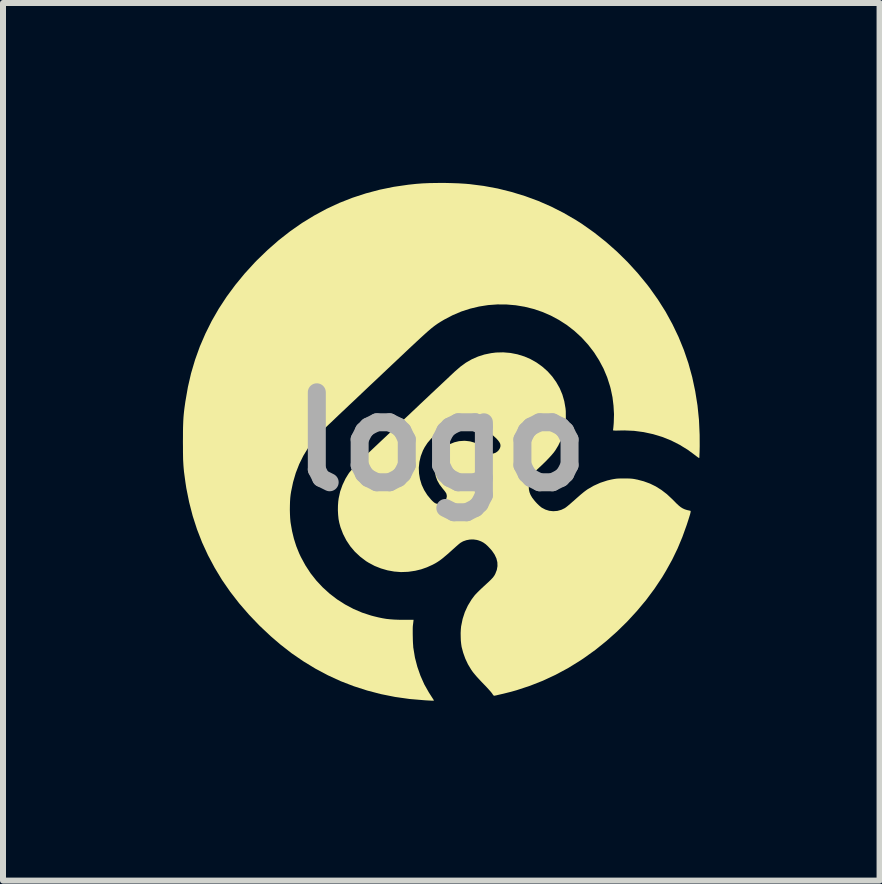
<source format=kicad_pcb>
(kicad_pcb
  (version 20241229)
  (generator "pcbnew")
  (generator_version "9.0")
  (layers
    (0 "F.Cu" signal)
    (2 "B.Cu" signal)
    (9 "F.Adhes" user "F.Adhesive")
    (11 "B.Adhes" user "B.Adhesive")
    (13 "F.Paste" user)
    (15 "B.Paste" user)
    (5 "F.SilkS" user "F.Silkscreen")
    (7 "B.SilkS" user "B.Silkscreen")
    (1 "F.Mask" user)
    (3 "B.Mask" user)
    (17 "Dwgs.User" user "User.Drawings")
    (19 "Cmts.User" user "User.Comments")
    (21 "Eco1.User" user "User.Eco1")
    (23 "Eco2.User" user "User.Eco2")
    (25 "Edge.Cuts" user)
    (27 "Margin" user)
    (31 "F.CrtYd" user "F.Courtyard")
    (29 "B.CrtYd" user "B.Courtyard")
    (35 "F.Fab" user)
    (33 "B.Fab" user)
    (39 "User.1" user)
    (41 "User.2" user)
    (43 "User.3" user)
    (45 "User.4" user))
  (footprint "logo"
    (layer "F.Cu")
    (at 4.304 4.313)
    (property "Reference" "logo" (at 0 0 0) (layer "F.Fab") (effects (font (size 1.5 1.5) (thickness 0.3))))
    (attr board_only exclude_from_pos_files exclude_from_bom)
    (fp_poly (pts (xy 0.172 -4.31) (xy 0.292 -4.306) (xy 0.405 -4.299) (xy 0.475 -4.293) (xy 0.711 -4.263) (xy 0.944 -4.22) (xy 1.173 -4.163) (xy 1.399 -4.094) (xy 1.62 -4.013) (xy 1.835 -3.919) (xy 2.044 -3.813) (xy 2.247 -3.695) (xy 2.355 -3.626) (xy 2.554 -3.485) (xy 2.747 -3.332) (xy 2.933 -3.168) (xy 3.11 -2.994) (xy 3.278 -2.81) (xy 3.436 -2.618) (xy 3.478 -2.563) (xy 3.617 -2.367) (xy 3.744 -2.166) (xy 3.858 -1.958) (xy 3.96 -1.745) (xy 4.049 -1.527) (xy 4.125 -1.304) (xy 4.188 -1.075) (xy 4.238 -0.841) (xy 4.276 -0.603) (xy 4.301 -0.36) (xy 4.312 -0.112) (xy 4.313 0.075) (xy 4.312 0.125) (xy 4.311 0.172) (xy 4.309 0.211) (xy 4.308 0.243) (xy 4.307 0.265) (xy 4.305 0.275) (xy 4.305 0.275) (xy 4.299 0.273) (xy 4.284 0.263) (xy 4.263 0.248) (xy 4.244 0.233) (xy 4.114 0.137) (xy 3.977 0.053) (xy 3.835 -0.019) (xy 3.687 -0.078) (xy 3.535 -0.124) (xy 3.378 -0.158) (xy 3.219 -0.179) (xy 3.057 -0.186) (xy 2.998 -0.185) (xy 2.951 -0.184) (xy 2.917 -0.183) (xy 2.893 -0.184) (xy 2.878 -0.185) (xy 2.87 -0.187) (xy 2.867 -0.19) (xy 2.868 -0.192) (xy 2.869 -0.202) (xy 2.872 -0.224) (xy 2.875 -0.254) (xy 2.878 -0.29) (xy 2.88 -0.319) (xy 2.884 -0.456) (xy 2.876 -0.597) (xy 2.859 -0.738) (xy 2.83 -0.876) (xy 2.819 -0.919) (xy 2.771 -1.069) (xy 2.71 -1.215) (xy 2.636 -1.354) (xy 2.551 -1.488) (xy 2.454 -1.614) (xy 2.346 -1.733) (xy 2.338 -1.741) (xy 2.221 -1.848) (xy 2.097 -1.944) (xy 1.966 -2.028) (xy 1.83 -2.101) (xy 1.689 -2.162) (xy 1.544 -2.211) (xy 1.395 -2.248) (xy 1.245 -2.273) (xy 1.092 -2.286) (xy 0.939 -2.287) (xy 0.786 -2.276) (xy 0.634 -2.252) (xy 0.484 -2.216) (xy 0.336 -2.168) (xy 0.191 -2.106) (xy 0.05 -2.032) (xy 0.02 -2.014) (xy -0.007 -1.998) (xy -0.032 -1.982) (xy -0.056 -1.967) (xy -0.08 -1.95) (xy -0.104 -1.933) (xy -0.129 -1.914) (xy -0.156 -1.893) (xy -0.185 -1.868) (xy -0.218 -1.84) (xy -0.255 -1.807) (xy -0.297 -1.769) (xy -0.344 -1.726) (xy -0.398 -1.676) (xy -0.458 -1.62) (xy -0.527 -1.556) (xy -0.604 -1.483) (xy -0.69 -1.402) (xy -0.696 -1.396) (xy -0.831 -1.269) (xy -0.957 -1.15) (xy -1.073 -1.04) (xy -1.181 -0.939) (xy -1.28 -0.845) (xy -1.37 -0.76) (xy -1.453 -0.681) (xy -1.529 -0.61) (xy -1.597 -0.545) (xy -1.659 -0.487) (xy -1.714 -0.435) (xy -1.763 -0.388) (xy -1.807 -0.346) (xy -1.846 -0.309) (xy -1.88 -0.277) (xy -1.909 -0.249) (xy -1.935 -0.224) (xy -1.956 -0.203) (xy -1.975 -0.185) (xy -1.99 -0.17) (xy -2.003 -0.157) (xy -2.014 -0.146) (xy -2.022 -0.138) (xy -2.124 -0.022) (xy -2.215 0.103) (xy -2.296 0.236) (xy -2.365 0.376) (xy -2.422 0.522) (xy -2.467 0.676) (xy -2.5 0.834) (xy -2.508 0.884) (xy -2.514 0.937) (xy -2.518 0.999) (xy -2.52 1.068) (xy -2.521 1.139) (xy -2.519 1.21) (xy -2.516 1.275) (xy -2.511 1.333) (xy -2.508 1.356) (xy -2.484 1.493) (xy -2.453 1.621) (xy -2.414 1.744) (xy -2.366 1.863) (xy -2.337 1.925) (xy -2.262 2.063) (xy -2.176 2.195) (xy -2.079 2.318) (xy -1.972 2.432) (xy -1.856 2.537) (xy -1.732 2.632) (xy -1.6 2.716) (xy -1.461 2.79) (xy -1.316 2.852) (xy -1.166 2.901) (xy -1.12 2.913) (xy -1.046 2.931) (xy -0.979 2.945) (xy -0.915 2.956) (xy -0.851 2.963) (xy -0.783 2.968) (xy -0.708 2.971) (xy -0.636 2.972) (xy -0.458 2.972) (xy -0.462 3.007) (xy -0.465 3.032) (xy -0.468 3.056) (xy -0.469 3.064) (xy -0.471 3.086) (xy -0.472 3.119) (xy -0.472 3.161) (xy -0.472 3.209) (xy -0.471 3.259) (xy -0.47 3.31) (xy -0.468 3.358) (xy -0.465 3.4) (xy -0.463 3.435) (xy -0.461 3.445) (xy -0.435 3.603) (xy -0.395 3.756) (xy -0.343 3.905) (xy -0.279 4.049) (xy -0.202 4.185) (xy -0.173 4.23) (xy -0.154 4.26) (xy -0.137 4.286) (xy -0.125 4.305) (xy -0.119 4.316) (xy -0.118 4.317) (xy -0.121 4.319) (xy -0.131 4.32) (xy -0.149 4.32) (xy -0.176 4.319) (xy -0.214 4.317) (xy -0.265 4.314) (xy -0.277 4.313) (xy -0.525 4.292) (xy -0.766 4.258) (xy -1.001 4.211) (xy -1.231 4.151) (xy -1.455 4.079) (xy -1.673 3.995) (xy -1.886 3.897) (xy -2.093 3.787) (xy -2.295 3.664) (xy -2.492 3.529) (xy -2.683 3.38) (xy -2.84 3.245) (xy -3.028 3.068) (xy -3.203 2.885) (xy -3.366 2.697) (xy -3.515 2.505) (xy -3.652 2.307) (xy -3.775 2.103) (xy -3.886 1.895) (xy -3.984 1.682) (xy -4.069 1.463) (xy -4.141 1.24) (xy -4.2 1.011) (xy -4.247 0.778) (xy -4.262 0.68) (xy -4.271 0.614) (xy -4.279 0.555) (xy -4.286 0.502) (xy -4.291 0.451) (xy -4.295 0.401) (xy -4.298 0.351) (xy -4.301 0.297) (xy -4.302 0.237) (xy -4.303 0.17) (xy -4.303 0.094) (xy -4.304 0.006) (xy -4.304 -0.000001) (xy -4.303 -0.089) (xy -4.303 -0.166) (xy -4.302 -0.233) (xy -4.3 -0.292) (xy -4.298 -0.346) (xy -4.295 -0.397) (xy -4.291 -0.446) (xy -4.286 -0.495) (xy -4.28 -0.547) (xy -4.272 -0.604) (xy -4.263 -0.668) (xy -4.262 -0.673) (xy -4.221 -0.909) (xy -4.168 -1.139) (xy -4.101 -1.365) (xy -4.022 -1.585) (xy -3.929 -1.8) (xy -3.824 -2.011) (xy -3.706 -2.216) (xy -3.575 -2.416) (xy -3.431 -2.611) (xy -3.275 -2.801) (xy -3.105 -2.987) (xy -3.073 -3.02) (xy -2.892 -3.195) (xy -2.706 -3.358) (xy -2.514 -3.508) (xy -2.318 -3.645) (xy -2.115 -3.769) (xy -1.908 -3.881) (xy -1.695 -3.98) (xy -1.476 -4.066) (xy -1.252 -4.139) (xy -1.022 -4.2) (xy -0.787 -4.248) (xy -0.546 -4.283) (xy -0.416 -4.297) (xy -0.312 -4.305) (xy -0.197 -4.31) (xy -0.076 -4.312) (xy 0.048 -4.313)) (stroke (width 0) (type solid)) (fill yes) (layer "F.SilkS"))
    (fp_poly (pts (xy 1.156 -1.478) (xy 1.274 -1.455) (xy 1.39 -1.419) (xy 1.488 -1.377) (xy 1.593 -1.318) (xy 1.689 -1.249) (xy 1.777 -1.171) (xy 1.854 -1.085) (xy 1.921 -0.991) (xy 1.978 -0.891) (xy 2.023 -0.784) (xy 2.055 -0.673) (xy 2.075 -0.558) (xy 2.08 -0.51) (xy 2.081 -0.387) (xy 2.07 -0.268) (xy 2.045 -0.153) (xy 2.006 -0.041) (xy 1.954 0.067) (xy 1.906 0.146) (xy 1.879 0.183) (xy 1.841 0.228) (xy 1.794 0.279) (xy 1.74 0.335) (xy 1.678 0.395) (xy 1.61 0.458) (xy 1.602 0.466) (xy 1.553 0.514) (xy 1.516 0.56) (xy 1.489 0.605) (xy 1.472 0.653) (xy 1.464 0.704) (xy 1.462 0.746) (xy 1.465 0.797) (xy 1.475 0.844) (xy 1.492 0.888) (xy 1.518 0.933) (xy 1.555 0.981) (xy 1.577 1.007) (xy 1.604 1.036) (xy 1.633 1.064) (xy 1.66 1.087) (xy 1.679 1.102) (xy 1.74 1.134) (xy 1.804 1.154) (xy 1.871 1.161) (xy 1.939 1.156) (xy 2.005 1.138) (xy 2.061 1.111) (xy 2.076 1.101) (xy 2.1 1.083) (xy 2.129 1.059) (xy 2.162 1.031) (xy 2.197 1) (xy 2.207 0.992) (xy 2.256 0.948) (xy 2.296 0.913) (xy 2.329 0.884) (xy 2.357 0.861) (xy 2.38 0.842) (xy 2.401 0.826) (xy 2.42 0.812) (xy 2.44 0.798) (xy 2.444 0.795) (xy 2.546 0.736) (xy 2.655 0.687) (xy 2.771 0.649) (xy 2.834 0.634) (xy 2.869 0.627) (xy 2.899 0.622) (xy 2.928 0.618) (xy 2.96 0.616) (xy 2.997 0.615) (xy 3.045 0.615) (xy 3.052 0.615) (xy 3.101 0.615) (xy 3.14 0.616) (xy 3.172 0.618) (xy 3.201 0.621) (xy 3.231 0.626) (xy 3.265 0.633) (xy 3.268 0.633) (xy 3.379 0.662) (xy 3.483 0.7) (xy 3.581 0.748) (xy 3.675 0.807) (xy 3.766 0.877) (xy 3.856 0.961) (xy 3.882 0.987) (xy 3.926 1.032) (xy 3.965 1.068) (xy 3.999 1.095) (xy 4.032 1.115) (xy 4.065 1.13) (xy 4.1 1.141) (xy 4.113 1.144) (xy 4.136 1.149) (xy 4.153 1.153) (xy 4.16 1.155) (xy 4.162 1.159) (xy 4.162 1.169) (xy 4.159 1.186) (xy 4.153 1.212) (xy 4.142 1.247) (xy 4.128 1.292) (xy 4.11 1.348) (xy 4.096 1.391) (xy 4.024 1.591) (xy 3.944 1.783) (xy 3.854 1.969) (xy 3.752 2.153) (xy 3.687 2.262) (xy 3.559 2.454) (xy 3.419 2.642) (xy 3.267 2.824) (xy 3.105 3) (xy 2.935 3.167) (xy 2.756 3.326) (xy 2.571 3.475) (xy 2.38 3.612) (xy 2.32 3.652) (xy 2.118 3.777) (xy 1.911 3.888) (xy 1.699 3.987) (xy 1.483 4.072) (xy 1.262 4.145) (xy 1.167 4.172) (xy 1.126 4.182) (xy 1.083 4.193) (xy 1.039 4.204) (xy 0.995 4.214) (xy 0.956 4.223) (xy 0.923 4.231) (xy 0.898 4.236) (xy 0.883 4.238) (xy 0.882 4.238) (xy 0.876 4.233) (xy 0.864 4.219) (xy 0.853 4.202) (xy 0.841 4.186) (xy 0.821 4.162) (xy 0.795 4.133) (xy 0.765 4.1) (xy 0.732 4.065) (xy 0.718 4.051) (xy 0.669 4) (xy 0.629 3.957) (xy 0.595 3.92) (xy 0.567 3.887) (xy 0.542 3.857) (xy 0.52 3.828) (xy 0.499 3.797) (xy 0.499 3.797) (xy 0.448 3.712) (xy 0.404 3.618) (xy 0.369 3.52) (xy 0.343 3.423) (xy 0.336 3.375) (xy 0.33 3.318) (xy 0.328 3.255) (xy 0.327 3.191) (xy 0.33 3.131) (xy 0.335 3.078) (xy 0.336 3.075) (xy 0.36 2.957) (xy 0.397 2.843) (xy 0.447 2.735) (xy 0.509 2.633) (xy 0.56 2.565) (xy 0.577 2.546) (xy 0.602 2.52) (xy 0.633 2.489) (xy 0.667 2.456) (xy 0.704 2.422) (xy 0.713 2.413) (xy 0.759 2.371) (xy 0.796 2.337) (xy 0.825 2.309) (xy 0.847 2.286) (xy 0.865 2.267) (xy 0.878 2.249) (xy 0.89 2.232) (xy 0.9 2.214) (xy 0.905 2.204) (xy 0.93 2.14) (xy 0.941 2.076) (xy 0.939 2.012) (xy 0.923 1.948) (xy 0.893 1.884) (xy 0.85 1.821) (xy 0.826 1.793) (xy 0.783 1.747) (xy 0.744 1.711) (xy 0.706 1.684) (xy 0.668 1.664) (xy 0.626 1.648) (xy 0.597 1.64) (xy 0.541 1.632) (xy 0.482 1.633) (xy 0.423 1.644) (xy 0.368 1.663) (xy 0.324 1.688) (xy 0.31 1.699) (xy 0.288 1.717) (xy 0.259 1.742) (xy 0.226 1.772) (xy 0.19 1.804) (xy 0.169 1.823) (xy 0.112 1.874) (xy 0.062 1.916) (xy 0.019 1.952) (xy -0.021 1.982) (xy -0.06 2.008) (xy -0.098 2.031) (xy -0.14 2.053) (xy -0.144 2.055) (xy -0.237 2.097) (xy -0.331 2.13) (xy -0.43 2.154) (xy -0.537 2.17) (xy -0.561 2.172) (xy -0.669 2.176) (xy -0.781 2.167) (xy -0.892 2.147) (xy -1.002 2.115) (xy -1.108 2.073) (xy -1.207 2.02) (xy -1.248 1.995) (xy -1.347 1.92) (xy -1.436 1.837) (xy -1.513 1.746) (xy -1.579 1.647) (xy -1.634 1.54) (xy -1.677 1.427) (xy -1.697 1.353) (xy -1.709 1.291) (xy -1.716 1.221) (xy -1.72 1.146) (xy -1.719 1.071) (xy -1.714 0.999) (xy -1.707 0.947) (xy -1.682 0.832) (xy -1.643 0.723) (xy -1.593 0.618) (xy -1.546 0.541) (xy -1.531 0.519) (xy -1.512 0.496) (xy -1.491 0.47) (xy -1.464 0.44) (xy -1.46 0.436) (xy -0.371 0.436) (xy -0.367 0.532) (xy -0.351 0.627) (xy -0.323 0.72) (xy -0.282 0.808) (xy -0.229 0.892) (xy -0.166 0.968) (xy -0.136 0.998) (xy -0.111 1.019) (xy -0.089 1.031) (xy -0.067 1.038) (xy -0.042 1.039) (xy -0.031 1.039) (xy -0.004 1.036) (xy 0.016 1.03) (xy 0.035 1.018) (xy 0.041 1.013) (xy 0.071 0.982) (xy 0.09 0.947) (xy 0.097 0.909) (xy 0.09 0.872) (xy 0.087 0.865) (xy 0.079 0.851) (xy 0.064 0.829) (xy 0.044 0.804) (xy 0.024 0.78) (xy -0.026 0.714) (xy -0.063 0.648) (xy -0.088 0.58) (xy -0.1 0.509) (xy -0.102 0.434) (xy -0.092 0.357) (xy -0.071 0.288) (xy -0.038 0.222) (xy -0.028 0.206) (xy 0.024 0.14) (xy 0.083 0.085) (xy 0.149 0.042) (xy 0.221 0.012) (xy 0.3 -0.007) (xy 0.384 -0.013) (xy 0.412 -0.012) (xy 0.485 -0.003) (xy 0.552 0.016) (xy 0.616 0.046) (xy 0.679 0.088) (xy 0.73 0.131) (xy 0.765 0.161) (xy 0.794 0.182) (xy 0.819 0.194) (xy 0.843 0.2) (xy 0.869 0.2) (xy 0.871 0.199) (xy 0.904 0.189) (xy 0.936 0.169) (xy 0.963 0.142) (xy 0.982 0.11) (xy 0.99 0.084) (xy 0.991 0.058) (xy 0.985 0.033) (xy 0.971 0.007) (xy 0.949 -0.022) (xy 0.921 -0.053) (xy 0.847 -0.12) (xy 0.767 -0.176) (xy 0.681 -0.22) (xy 0.592 -0.252) (xy 0.499 -0.273) (xy 0.404 -0.281) (xy 0.309 -0.278) (xy 0.215 -0.263) (xy 0.122 -0.236) (xy 0.032 -0.197) (xy -0.053 -0.145) (xy -0.111 -0.102) (xy -0.17 -0.044) (xy -0.226 0.022) (xy -0.273 0.094) (xy -0.302 0.149) (xy -0.338 0.243) (xy -0.361 0.339) (xy -0.371 0.436) (xy -1.46 0.436) (xy -1.433 0.407) (xy -1.396 0.369) (xy -1.352 0.325) (xy -1.301 0.275) (xy -1.242 0.219) (xy -1.174 0.155) (xy -1.097 0.082) (xy -1.065 0.052) (xy -1.008 -0.002) (xy -0.945 -0.061) (xy -0.879 -0.123) (xy -0.813 -0.185) (xy -0.749 -0.245) (xy -0.69 -0.301) (xy -0.639 -0.349) (xy -0.638 -0.35) (xy -0.593 -0.393) (xy -0.54 -0.443) (xy -0.481 -0.499) (xy -0.417 -0.559) (xy -0.351 -0.622) (xy -0.284 -0.685) (xy -0.219 -0.746) (xy -0.157 -0.805) (xy -0.149 -0.812) (xy -0.093 -0.865) (xy -0.037 -0.917) (xy 0.017 -0.968) (xy 0.067 -1.015) (xy 0.114 -1.059) (xy 0.154 -1.097) (xy 0.188 -1.129) (xy 0.214 -1.153) (xy 0.224 -1.163) (xy 0.319 -1.246) (xy 0.415 -1.316) (xy 0.514 -1.373) (xy 0.617 -1.418) (xy 0.724 -1.452) (xy 0.837 -1.475) (xy 0.917 -1.485) (xy 1.037 -1.488)) (stroke (width 0) (type solid)) (fill yes) (layer "F.SilkS")))
  (gr_rect
    (start -3 -3)
    (end 11.616 11.633)
    (stroke (width 0.1) (type default))
    (fill no)
    (layer "Edge.Cuts")))
</source>
